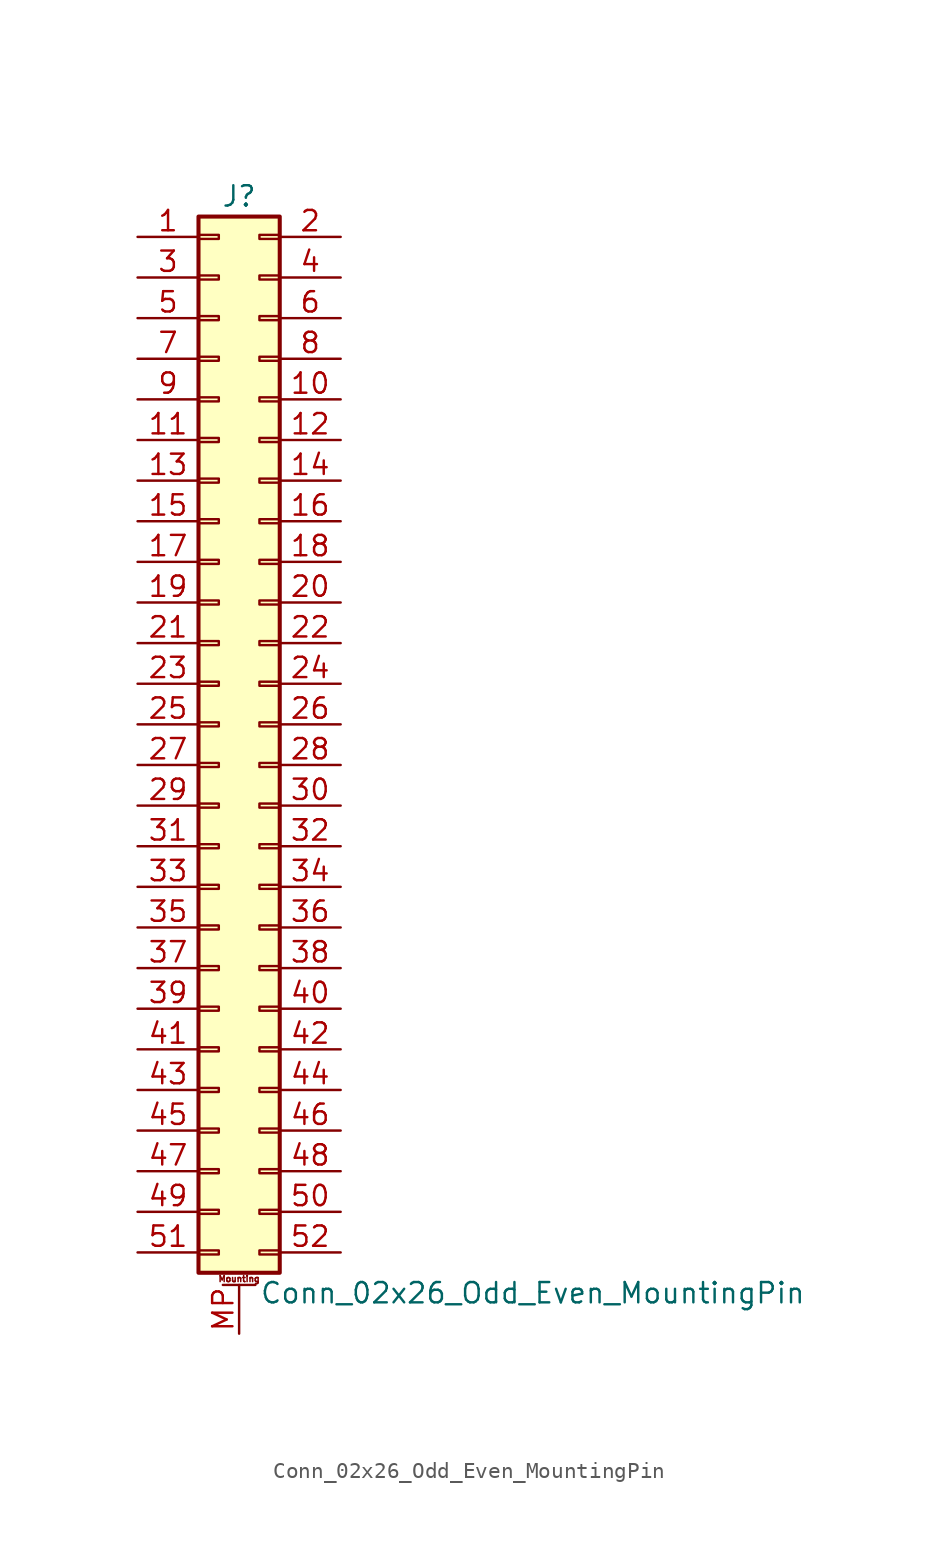
<source format=kicad_sym>
(kicad_symbol_lib
  (version 20220914)
  (generator kicad_symbol_editor)
  (symbol "Conn_02x26_Odd_Even_MountingPin"
    (pin_names
      (offset 1.016) hide)
    (property "Reference" "J"
      (at 1.27 33.02 0)
      (effects (font (size 1.27 1.27))))
    (property "Value" "Conn_02x26_Odd_Even_MountingPin"
      (at 2.54 -35.56 0)
      (effects (font (size 1.27 1.27)) (justify left)))
    (symbol "Conn_02x26_Odd_Even_MountingPin_1_1"
      (rectangle (start -1.27 -32.893) (end 0 -33.147) (stroke (width 0.152) (type default)) (fill (type none)))
      (rectangle (start -1.27 -30.353) (end 0 -30.607) (stroke (width 0.152) (type default)) (fill (type none)))
      (rectangle (start -1.27 -27.813) (end 0 -28.067) (stroke (width 0.152) (type default)) (fill (type none)))
      (rectangle (start -1.27 -25.273) (end 0 -25.527) (stroke (width 0.152) (type default)) (fill (type none)))
      (rectangle (start -1.27 -22.733) (end 0 -22.987) (stroke (width 0.152) (type default)) (fill (type none)))
      (rectangle (start -1.27 -20.193) (end 0 -20.447) (stroke (width 0.152) (type default)) (fill (type none)))
      (rectangle (start -1.27 -17.653) (end 0 -17.907) (stroke (width 0.152) (type default)) (fill (type none)))
      (rectangle (start -1.27 -15.113) (end 0 -15.367) (stroke (width 0.152) (type default)) (fill (type none)))
      (rectangle (start -1.27 -12.573) (end 0 -12.827) (stroke (width 0.152) (type default)) (fill (type none)))
      (rectangle (start -1.27 -10.033) (end 0 -10.287) (stroke (width 0.152) (type default)) (fill (type none)))
      (rectangle (start -1.27 -7.493) (end 0 -7.747) (stroke (width 0.152) (type default)) (fill (type none)))
      (rectangle (start -1.27 -4.953) (end 0 -5.207) (stroke (width 0.152) (type default)) (fill (type none)))
      (rectangle (start -1.27 -2.413) (end 0 -2.667) (stroke (width 0.152) (type default)) (fill (type none)))
      (rectangle (start -1.27 0.127) (end 0 -0.127) (stroke (width 0.152) (type default)) (fill (type none)))
      (rectangle (start -1.27 2.667) (end 0 2.413) (stroke (width 0.152) (type default)) (fill (type none)))
      (rectangle (start -1.27 5.207) (end 0 4.953) (stroke (width 0.152) (type default)) (fill (type none)))
      (rectangle (start -1.27 7.747) (end 0 7.493) (stroke (width 0.152) (type default)) (fill (type none)))
      (rectangle (start -1.27 10.287) (end 0 10.033) (stroke (width 0.152) (type default)) (fill (type none)))
      (rectangle (start -1.27 12.827) (end 0 12.573) (stroke (width 0.152) (type default)) (fill (type none)))
      (rectangle (start -1.27 15.367) (end 0 15.113) (stroke (width 0.152) (type default)) (fill (type none)))
      (rectangle (start -1.27 17.907) (end 0 17.653) (stroke (width 0.152) (type default)) (fill (type none)))
      (rectangle (start -1.27 20.447) (end 0 20.193) (stroke (width 0.152) (type default)) (fill (type none)))
      (rectangle (start -1.27 22.987) (end 0 22.733) (stroke (width 0.152) (type default)) (fill (type none)))
      (rectangle (start -1.27 25.527) (end 0 25.273) (stroke (width 0.152) (type default)) (fill (type none)))
      (rectangle (start -1.27 28.067) (end 0 27.813) (stroke (width 0.152) (type default)) (fill (type none)))
      (rectangle (start -1.27 30.607) (end 0 30.353) (stroke (width 0.152) (type default)) (fill (type none)))
      (rectangle (start -1.27 31.75) (end 3.81 -34.29) (stroke (width 0.254) (type default)) (fill (type background)))
      (polyline (pts (xy 0.254 -35.052) (xy 2.286 -35.052)) (stroke (width 0.152) (type default)) (fill (type none)))
      (rectangle (start 3.81 -32.893) (end 2.54 -33.147) (stroke (width 0.152) (type default)) (fill (type none)))
      (rectangle (start 3.81 -30.353) (end 2.54 -30.607) (stroke (width 0.152) (type default)) (fill (type none)))
      (rectangle (start 3.81 -27.813) (end 2.54 -28.067) (stroke (width 0.152) (type default)) (fill (type none)))
      (rectangle (start 3.81 -25.273) (end 2.54 -25.527) (stroke (width 0.152) (type default)) (fill (type none)))
      (rectangle (start 3.81 -22.733) (end 2.54 -22.987) (stroke (width 0.152) (type default)) (fill (type none)))
      (rectangle (start 3.81 -20.193) (end 2.54 -20.447) (stroke (width 0.152) (type default)) (fill (type none)))
      (rectangle (start 3.81 -17.653) (end 2.54 -17.907) (stroke (width 0.152) (type default)) (fill (type none)))
      (rectangle (start 3.81 -15.113) (end 2.54 -15.367) (stroke (width 0.152) (type default)) (fill (type none)))
      (rectangle (start 3.81 -12.573) (end 2.54 -12.827) (stroke (width 0.152) (type default)) (fill (type none)))
      (rectangle (start 3.81 -10.033) (end 2.54 -10.287) (stroke (width 0.152) (type default)) (fill (type none)))
      (rectangle (start 3.81 -7.493) (end 2.54 -7.747) (stroke (width 0.152) (type default)) (fill (type none)))
      (rectangle (start 3.81 -4.953) (end 2.54 -5.207) (stroke (width 0.152) (type default)) (fill (type none)))
      (rectangle (start 3.81 -2.413) (end 2.54 -2.667) (stroke (width 0.152) (type default)) (fill (type none)))
      (rectangle (start 3.81 0.127) (end 2.54 -0.127) (stroke (width 0.152) (type default)) (fill (type none)))
      (rectangle (start 3.81 2.667) (end 2.54 2.413) (stroke (width 0.152) (type default)) (fill (type none)))
      (rectangle (start 3.81 5.207) (end 2.54 4.953) (stroke (width 0.152) (type default)) (fill (type none)))
      (rectangle (start 3.81 7.747) (end 2.54 7.493) (stroke (width 0.152) (type default)) (fill (type none)))
      (rectangle (start 3.81 10.287) (end 2.54 10.033) (stroke (width 0.152) (type default)) (fill (type none)))
      (rectangle (start 3.81 12.827) (end 2.54 12.573) (stroke (width 0.152) (type default)) (fill (type none)))
      (rectangle (start 3.81 15.367) (end 2.54 15.113) (stroke (width 0.152) (type default)) (fill (type none)))
      (rectangle (start 3.81 17.907) (end 2.54 17.653) (stroke (width 0.152) (type default)) (fill (type none)))
      (rectangle (start 3.81 20.447) (end 2.54 20.193) (stroke (width 0.152) (type default)) (fill (type none)))
      (rectangle (start 3.81 22.987) (end 2.54 22.733) (stroke (width 0.152) (type default)) (fill (type none)))
      (rectangle (start 3.81 25.527) (end 2.54 25.273) (stroke (width 0.152) (type default)) (fill (type none)))
      (rectangle (start 3.81 28.067) (end 2.54 27.813) (stroke (width 0.152) (type default)) (fill (type none)))
      (rectangle (start 3.81 30.607) (end 2.54 30.353) (stroke (width 0.152) (type default)) (fill (type none)))
      (text "Mounting" (at 1.27 -34.671 0) (effects (font (size 0.381 0.381))))
      (pin passive line (at -5.08 30.48 0) (length 3.81) (name "Pin_1" (effects (font (size 1.27 1.27)))) (number "1" (effects (font (size 1.27 1.27)))))
      (pin passive line (at 7.62 20.32 180) (length 3.81) (name "Pin_10" (effects (font (size 1.27 1.27)))) (number "10" (effects (font (size 1.27 1.27)))))
      (pin passive line (at -5.08 17.78 0) (length 3.81) (name "Pin_11" (effects (font (size 1.27 1.27)))) (number "11" (effects (font (size 1.27 1.27)))))
      (pin passive line (at 7.62 17.78 180) (length 3.81) (name "Pin_12" (effects (font (size 1.27 1.27)))) (number "12" (effects (font (size 1.27 1.27)))))
      (pin passive line (at -5.08 15.24 0) (length 3.81) (name "Pin_13" (effects (font (size 1.27 1.27)))) (number "13" (effects (font (size 1.27 1.27)))))
      (pin passive line (at 7.62 15.24 180) (length 3.81) (name "Pin_14" (effects (font (size 1.27 1.27)))) (number "14" (effects (font (size 1.27 1.27)))))
      (pin passive line (at -5.08 12.7 0) (length 3.81) (name "Pin_15" (effects (font (size 1.27 1.27)))) (number "15" (effects (font (size 1.27 1.27)))))
      (pin passive line (at 7.62 12.7 180) (length 3.81) (name "Pin_16" (effects (font (size 1.27 1.27)))) (number "16" (effects (font (size 1.27 1.27)))))
      (pin passive line (at -5.08 10.16 0) (length 3.81) (name "Pin_17" (effects (font (size 1.27 1.27)))) (number "17" (effects (font (size 1.27 1.27)))))
      (pin passive line (at 7.62 10.16 180) (length 3.81) (name "Pin_18" (effects (font (size 1.27 1.27)))) (number "18" (effects (font (size 1.27 1.27)))))
      (pin passive line (at -5.08 7.62 0) (length 3.81) (name "Pin_19" (effects (font (size 1.27 1.27)))) (number "19" (effects (font (size 1.27 1.27)))))
      (pin passive line (at 7.62 30.48 180) (length 3.81) (name "Pin_2" (effects (font (size 1.27 1.27)))) (number "2" (effects (font (size 1.27 1.27)))))
      (pin passive line (at 7.62 7.62 180) (length 3.81) (name "Pin_20" (effects (font (size 1.27 1.27)))) (number "20" (effects (font (size 1.27 1.27)))))
      (pin passive line (at -5.08 5.08 0) (length 3.81) (name "Pin_21" (effects (font (size 1.27 1.27)))) (number "21" (effects (font (size 1.27 1.27)))))
      (pin passive line (at 7.62 5.08 180) (length 3.81) (name "Pin_22" (effects (font (size 1.27 1.27)))) (number "22" (effects (font (size 1.27 1.27)))))
      (pin passive line (at -5.08 2.54 0) (length 3.81) (name "Pin_23" (effects (font (size 1.27 1.27)))) (number "23" (effects (font (size 1.27 1.27)))))
      (pin passive line (at 7.62 2.54 180) (length 3.81) (name "Pin_24" (effects (font (size 1.27 1.27)))) (number "24" (effects (font (size 1.27 1.27)))))
      (pin passive line (at -5.08 0 0) (length 3.81) (name "Pin_25" (effects (font (size 1.27 1.27)))) (number "25" (effects (font (size 1.27 1.27)))))
      (pin passive line (at 7.62 0 180) (length 3.81) (name "Pin_26" (effects (font (size 1.27 1.27)))) (number "26" (effects (font (size 1.27 1.27)))))
      (pin passive line (at -5.08 -2.54 0) (length 3.81) (name "Pin_27" (effects (font (size 1.27 1.27)))) (number "27" (effects (font (size 1.27 1.27)))))
      (pin passive line (at 7.62 -2.54 180) (length 3.81) (name "Pin_28" (effects (font (size 1.27 1.27)))) (number "28" (effects (font (size 1.27 1.27)))))
      (pin passive line (at -5.08 -5.08 0) (length 3.81) (name "Pin_29" (effects (font (size 1.27 1.27)))) (number "29" (effects (font (size 1.27 1.27)))))
      (pin passive line (at -5.08 27.94 0) (length 3.81) (name "Pin_3" (effects (font (size 1.27 1.27)))) (number "3" (effects (font (size 1.27 1.27)))))
      (pin passive line (at 7.62 -5.08 180) (length 3.81) (name "Pin_30" (effects (font (size 1.27 1.27)))) (number "30" (effects (font (size 1.27 1.27)))))
      (pin passive line (at -5.08 -7.62 0) (length 3.81) (name "Pin_31" (effects (font (size 1.27 1.27)))) (number "31" (effects (font (size 1.27 1.27)))))
      (pin passive line (at 7.62 -7.62 180) (length 3.81) (name "Pin_32" (effects (font (size 1.27 1.27)))) (number "32" (effects (font (size 1.27 1.27)))))
      (pin passive line (at -5.08 -10.16 0) (length 3.81) (name "Pin_33" (effects (font (size 1.27 1.27)))) (number "33" (effects (font (size 1.27 1.27)))))
      (pin passive line (at 7.62 -10.16 180) (length 3.81) (name "Pin_34" (effects (font (size 1.27 1.27)))) (number "34" (effects (font (size 1.27 1.27)))))
      (pin passive line (at -5.08 -12.7 0) (length 3.81) (name "Pin_35" (effects (font (size 1.27 1.27)))) (number "35" (effects (font (size 1.27 1.27)))))
      (pin passive line (at 7.62 -12.7 180) (length 3.81) (name "Pin_36" (effects (font (size 1.27 1.27)))) (number "36" (effects (font (size 1.27 1.27)))))
      (pin passive line (at -5.08 -15.24 0) (length 3.81) (name "Pin_37" (effects (font (size 1.27 1.27)))) (number "37" (effects (font (size 1.27 1.27)))))
      (pin passive line (at 7.62 -15.24 180) (length 3.81) (name "Pin_38" (effects (font (size 1.27 1.27)))) (number "38" (effects (font (size 1.27 1.27)))))
      (pin passive line (at -5.08 -17.78 0) (length 3.81) (name "Pin_39" (effects (font (size 1.27 1.27)))) (number "39" (effects (font (size 1.27 1.27)))))
      (pin passive line (at 7.62 27.94 180) (length 3.81) (name "Pin_4" (effects (font (size 1.27 1.27)))) (number "4" (effects (font (size 1.27 1.27)))))
      (pin passive line (at 7.62 -17.78 180) (length 3.81) (name "Pin_40" (effects (font (size 1.27 1.27)))) (number "40" (effects (font (size 1.27 1.27)))))
      (pin passive line (at -5.08 -20.32 0) (length 3.81) (name "Pin_41" (effects (font (size 1.27 1.27)))) (number "41" (effects (font (size 1.27 1.27)))))
      (pin passive line (at 7.62 -20.32 180) (length 3.81) (name "Pin_42" (effects (font (size 1.27 1.27)))) (number "42" (effects (font (size 1.27 1.27)))))
      (pin passive line (at -5.08 -22.86 0) (length 3.81) (name "Pin_43" (effects (font (size 1.27 1.27)))) (number "43" (effects (font (size 1.27 1.27)))))
      (pin passive line (at 7.62 -22.86 180) (length 3.81) (name "Pin_44" (effects (font (size 1.27 1.27)))) (number "44" (effects (font (size 1.27 1.27)))))
      (pin passive line (at -5.08 -25.4 0) (length 3.81) (name "Pin_45" (effects (font (size 1.27 1.27)))) (number "45" (effects (font (size 1.27 1.27)))))
      (pin passive line (at 7.62 -25.4 180) (length 3.81) (name "Pin_46" (effects (font (size 1.27 1.27)))) (number "46" (effects (font (size 1.27 1.27)))))
      (pin passive line (at -5.08 -27.94 0) (length 3.81) (name "Pin_47" (effects (font (size 1.27 1.27)))) (number "47" (effects (font (size 1.27 1.27)))))
      (pin passive line (at 7.62 -27.94 180) (length 3.81) (name "Pin_48" (effects (font (size 1.27 1.27)))) (number "48" (effects (font (size 1.27 1.27)))))
      (pin passive line (at -5.08 -30.48 0) (length 3.81) (name "Pin_49" (effects (font (size 1.27 1.27)))) (number "49" (effects (font (size 1.27 1.27)))))
      (pin passive line (at -5.08 25.4 0) (length 3.81) (name "Pin_5" (effects (font (size 1.27 1.27)))) (number "5" (effects (font (size 1.27 1.27)))))
      (pin passive line (at 7.62 -30.48 180) (length 3.81) (name "Pin_50" (effects (font (size 1.27 1.27)))) (number "50" (effects (font (size 1.27 1.27)))))
      (pin passive line (at -5.08 -33.02 0) (length 3.81) (name "Pin_51" (effects (font (size 1.27 1.27)))) (number "51" (effects (font (size 1.27 1.27)))))
      (pin passive line (at 7.62 -33.02 180) (length 3.81) (name "Pin_52" (effects (font (size 1.27 1.27)))) (number "52" (effects (font (size 1.27 1.27)))))
      (pin passive line (at 7.62 25.4 180) (length 3.81) (name "Pin_6" (effects (font (size 1.27 1.27)))) (number "6" (effects (font (size 1.27 1.27)))))
      (pin passive line (at -5.08 22.86 0) (length 3.81) (name "Pin_7" (effects (font (size 1.27 1.27)))) (number "7" (effects (font (size 1.27 1.27)))))
      (pin passive line (at 7.62 22.86 180) (length 3.81) (name "Pin_8" (effects (font (size 1.27 1.27)))) (number "8" (effects (font (size 1.27 1.27)))))
      (pin passive line (at -5.08 20.32 0) (length 3.81) (name "Pin_9" (effects (font (size 1.27 1.27)))) (number "9" (effects (font (size 1.27 1.27)))))
      (pin passive line (at 1.27 -38.1 90) (length 3.048) (name "MountPin" (effects (font (size 1.27 1.27)))) (number "MP" (effects (font (size 1.27 1.27))))))))
</source>
